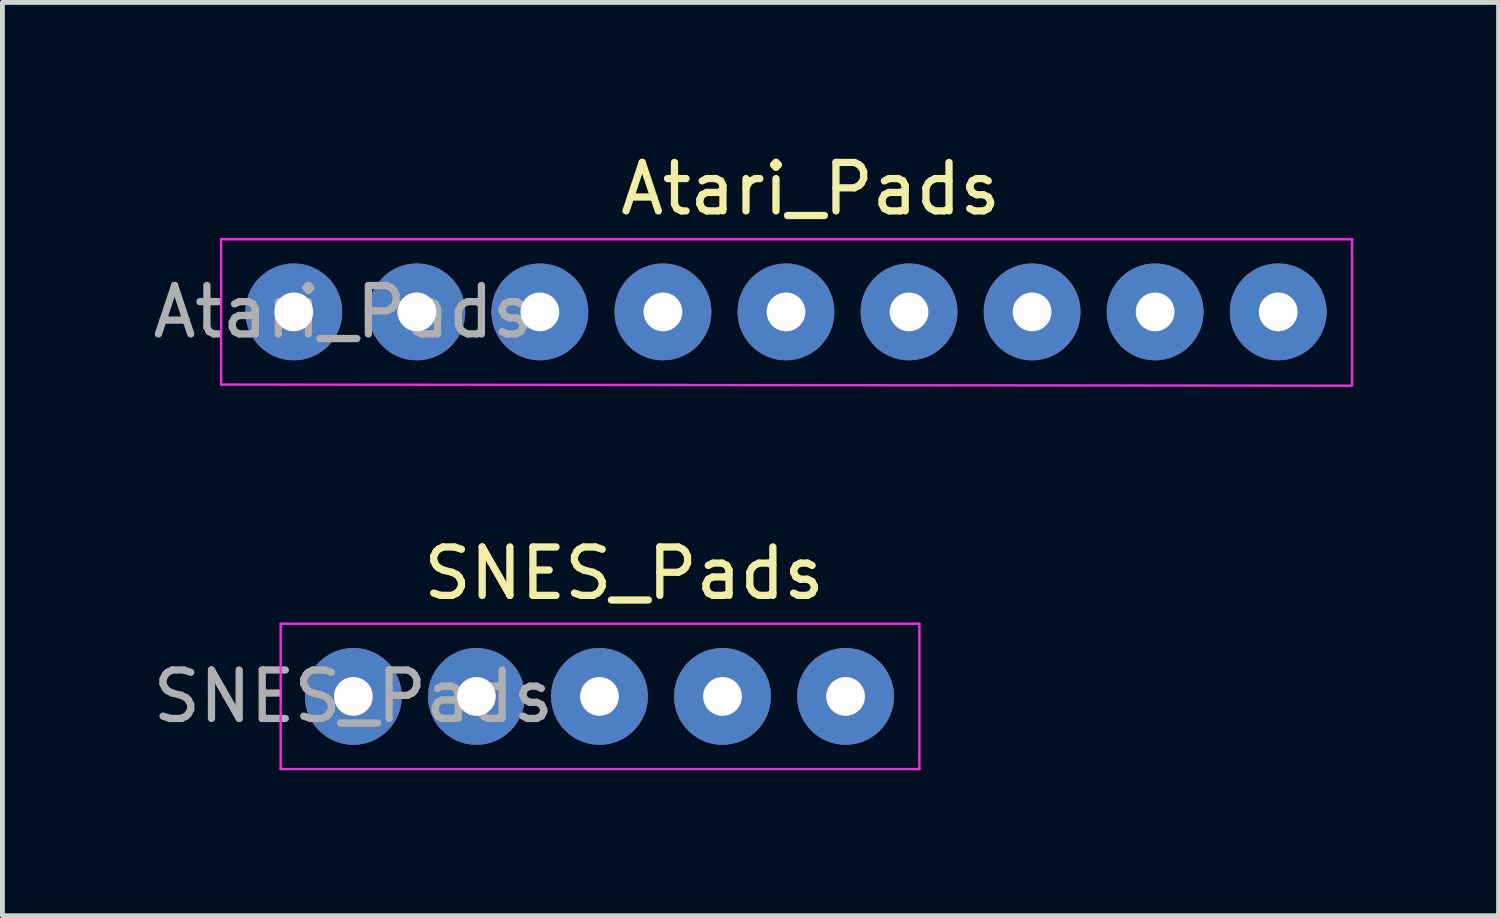
<source format=kicad_pcb>
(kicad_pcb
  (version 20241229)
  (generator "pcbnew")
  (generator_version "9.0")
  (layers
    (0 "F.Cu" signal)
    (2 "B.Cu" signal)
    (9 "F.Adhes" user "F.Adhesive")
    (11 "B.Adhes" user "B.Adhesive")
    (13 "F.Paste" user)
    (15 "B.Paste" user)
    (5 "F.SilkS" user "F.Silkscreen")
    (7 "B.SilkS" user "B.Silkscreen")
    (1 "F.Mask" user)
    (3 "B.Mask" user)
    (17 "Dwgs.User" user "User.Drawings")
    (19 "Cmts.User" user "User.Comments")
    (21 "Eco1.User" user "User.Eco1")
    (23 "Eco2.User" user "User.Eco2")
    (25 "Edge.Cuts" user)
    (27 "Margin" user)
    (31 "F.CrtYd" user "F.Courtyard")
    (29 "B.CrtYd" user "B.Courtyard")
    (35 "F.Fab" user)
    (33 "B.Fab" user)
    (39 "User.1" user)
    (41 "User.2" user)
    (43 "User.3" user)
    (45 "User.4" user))
  (footprint "Atari_Pads"
    (layer "F.Cu")
    (at 3.014 3.388)
    (property "Reference" "Atari_Pads" (at 10.668 -2.54 0) (layer "F.SilkS") (effects (font (size 1 1) (thickness 0.15))))
    (attr exclude_from_pos_files exclude_from_bom)
    (fp_line (start -1.5 -1.5) (end -1.5 1.5) (stroke (width 0.05) (type solid)) (layer "F.CrtYd"))
    (fp_line (start -1.5 -1.5) (end 21.844 -1.5) (stroke (width 0.05) (type solid)) (layer "F.CrtYd"))
    (fp_line (start 21.844 1.5) (end 21.844 -1.5) (stroke (width 0.05) (type solid)) (layer "F.CrtYd"))
    (fp_line (start 21.844 1.524) (end -1.5 1.5) (stroke (width 0.05) (type solid)) (layer "F.CrtYd"))
    (fp_text user "${REFERENCE}" (at 1.016 0 0) (layer "F.Fab") (effects (font (size 1 1) (thickness 0.15))))
    (pad "1" thru_hole circle (at 5.08 0) (size 1.999 1.999) (drill 0.8) (layers "*.Cu" "*.Mask"))
    (pad "2" thru_hole circle (at 7.62 0) (size 1.999 1.999) (drill 0.8) (layers "*.Cu" "*.Mask"))
    (pad "3" thru_hole circle (at 10.16 0) (size 1.999 1.999) (drill 0.8) (layers "*.Cu" "*.Mask"))
    (pad "4" thru_hole circle (at 12.7 0) (size 1.999 1.999) (drill 0.8) (layers "*.Cu" "*.Mask"))
    (pad "5" thru_hole circle (at 15.24 0) (size 1.999 1.999) (drill 0.8) (layers "*.Cu" "*.Mask"))
    (pad "6" thru_hole circle (at 17.78 0) (size 1.999 1.999) (drill 0.8) (layers "*.Cu" "*.Mask"))
    (pad "7" thru_hole circle (at 0 0) (size 1.999 1.999) (drill 0.8) (layers "*.Cu" "*.Mask"))
    (pad "8" thru_hole circle (at 2.54 0) (size 1.999 1.999) (drill 0.8) (layers "*.Cu" "*.Mask"))
    (pad "9" thru_hole circle (at 20.32 0) (size 1.999 1.999) (drill 0.8) (layers "*.Cu" "*.Mask")))
  (footprint "SNES_Pads"
    (layer "F.Cu")
    (at 4.244 11.325)
    (property "Reference" "SNES_Pads" (at 5.588 -2.54 0) (layer "F.SilkS") (effects (font (size 1 1) (thickness 0.15))))
    (attr exclude_from_pos_files exclude_from_bom)
    (fp_line (start -1.5 -1.5) (end -1.5 1.5) (stroke (width 0.05) (type solid)) (layer "F.CrtYd"))
    (fp_line (start -1.5 -1.5) (end 11.684 -1.5) (stroke (width 0.05) (type solid)) (layer "F.CrtYd"))
    (fp_line (start 11.684 1.5) (end -1.5 1.5) (stroke (width 0.05) (type solid)) (layer "F.CrtYd"))
    (fp_line (start 11.684 1.5) (end 11.684 -1.5) (stroke (width 0.05) (type solid)) (layer "F.CrtYd"))
    (fp_text user "${REFERENCE}" (at 0 0 0) (layer "F.Fab") (effects (font (size 1 1) (thickness 0.15))))
    (pad "1" thru_hole circle (at 0 0) (size 1.999 1.999) (drill 0.8) (layers "*.Cu" "*.Mask"))
    (pad "2" thru_hole circle (at 5.08 0) (size 1.999 1.999) (drill 0.8) (layers "*.Cu" "*.Mask"))
    (pad "3" thru_hole circle (at 7.62 0) (size 1.999 1.999) (drill 0.8) (layers "*.Cu" "*.Mask"))
    (pad "4" thru_hole circle (at 10.16 0) (size 1.999 1.999) (drill 0.8) (layers "*.Cu" "*.Mask"))
    (pad "7" thru_hole circle (at 2.54 0) (size 1.999 1.999) (drill 0.8) (layers "*.Cu" "*.Mask")))
  (gr_rect
    (start -3 -3)
    (end 27.883 15.851)
    (stroke (width 0.1) (type default))
    (fill no)
    (layer "Edge.Cuts")))
</source>
